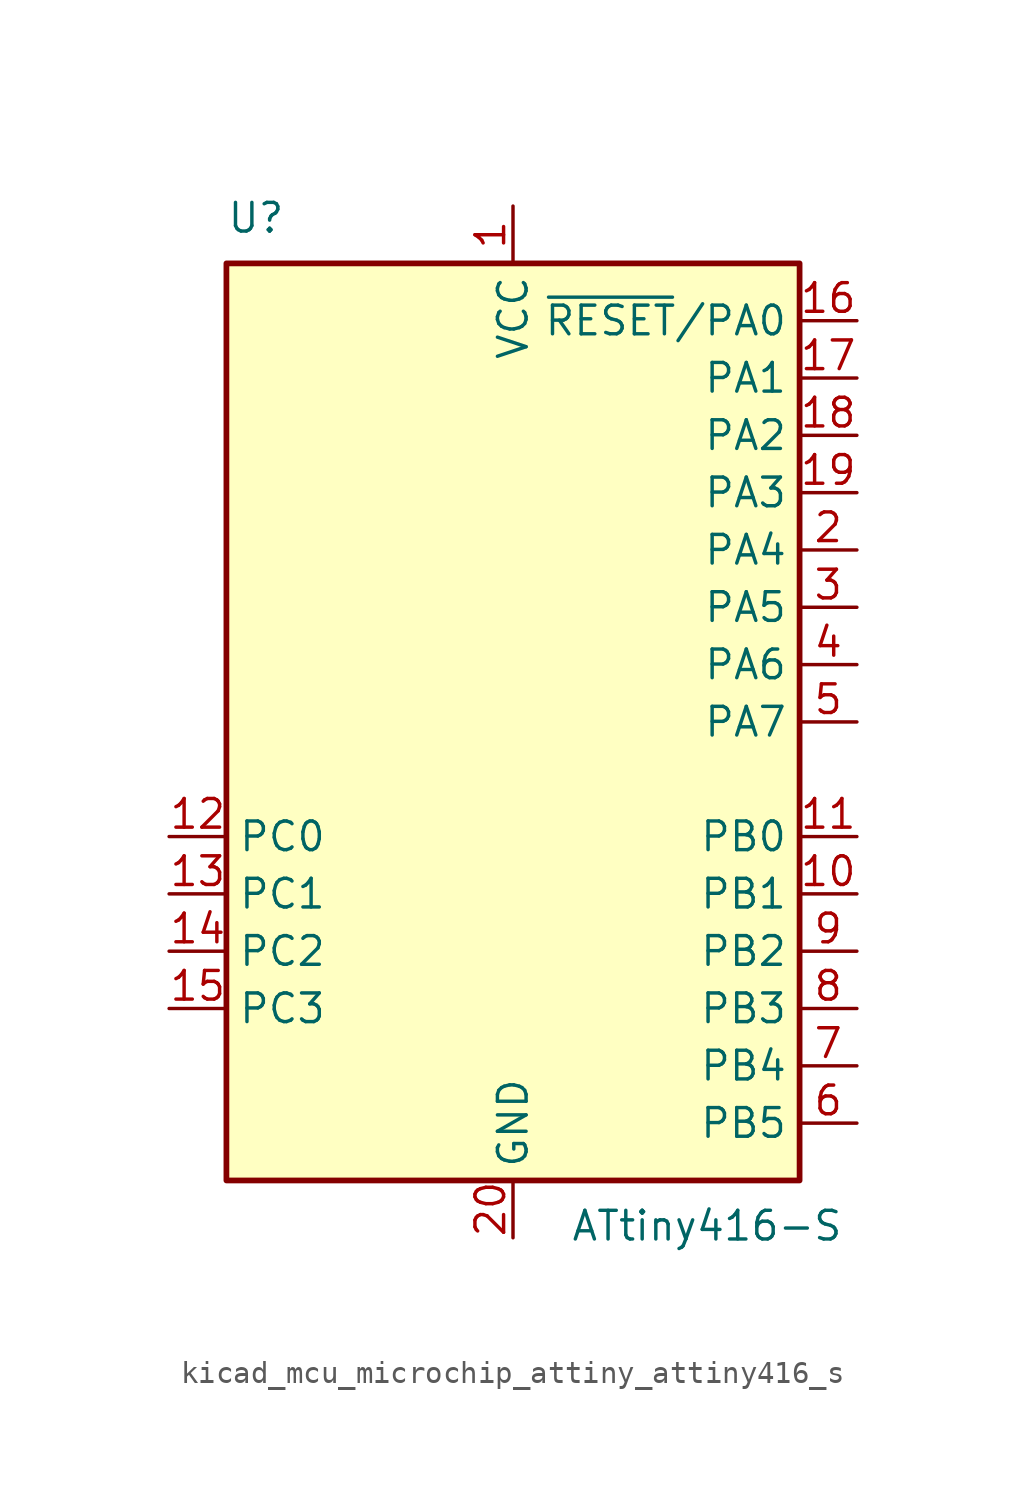
<source format=kicad_sym>
(kicad_symbol_lib
  (version 20220914)
  (generator kicad_symbol_editor)
  (symbol "kicad_mcu_microchip_attiny_attiny416_s"
    (property "Reference" "U"
      (at -12.7 21.59 0)
      (effects (font (size 1.27 1.27)) (justify left bottom)))
    (property "Value" "ATtiny416-S"
      (at 2.54 -21.59 0)
      (effects (font (size 1.27 1.27)) (justify left top)))
    (symbol "kicad_mcu_microchip_attiny_attiny416_s_0_1"
      (rectangle (start -12.7 -20.32) (end 12.7 20.32) (stroke (width 0.254) (type default)) (fill (type background))))
    (symbol "kicad_mcu_microchip_attiny_attiny416_s_1_1"
      (pin power_in line (at 0 22.86 270) (length 2.54) (name "VCC" (effects (font (size 1.27 1.27)))) (number "1" (effects (font (size 1.27 1.27)))))
      (pin bidirectional line (at 15.24 -7.62 180) (length 2.54) (name "PB1" (effects (font (size 1.27 1.27)))) (number "10" (effects (font (size 1.27 1.27)))))
      (pin bidirectional line (at 15.24 -5.08 180) (length 2.54) (name "PB0" (effects (font (size 1.27 1.27)))) (number "11" (effects (font (size 1.27 1.27)))))
      (pin bidirectional line (at -15.24 -5.08 0) (length 2.54) (name "PC0" (effects (font (size 1.27 1.27)))) (number "12" (effects (font (size 1.27 1.27)))))
      (pin bidirectional line (at -15.24 -7.62 0) (length 2.54) (name "PC1" (effects (font (size 1.27 1.27)))) (number "13" (effects (font (size 1.27 1.27)))))
      (pin bidirectional line (at -15.24 -10.16 0) (length 2.54) (name "PC2" (effects (font (size 1.27 1.27)))) (number "14" (effects (font (size 1.27 1.27)))))
      (pin bidirectional line (at -15.24 -12.7 0) (length 2.54) (name "PC3" (effects (font (size 1.27 1.27)))) (number "15" (effects (font (size 1.27 1.27)))))
      (pin bidirectional line (at 15.24 17.78 180) (length 2.54) (name "~{RESET}/PA0" (effects (font (size 1.27 1.27)))) (number "16" (effects (font (size 1.27 1.27)))))
      (pin bidirectional line (at 15.24 15.24 180) (length 2.54) (name "PA1" (effects (font (size 1.27 1.27)))) (number "17" (effects (font (size 1.27 1.27)))))
      (pin bidirectional line (at 15.24 12.7 180) (length 2.54) (name "PA2" (effects (font (size 1.27 1.27)))) (number "18" (effects (font (size 1.27 1.27)))))
      (pin bidirectional line (at 15.24 10.16 180) (length 2.54) (name "PA3" (effects (font (size 1.27 1.27)))) (number "19" (effects (font (size 1.27 1.27)))))
      (pin bidirectional line (at 15.24 7.62 180) (length 2.54) (name "PA4" (effects (font (size 1.27 1.27)))) (number "2" (effects (font (size 1.27 1.27)))))
      (pin power_in line (at 0 -22.86 90) (length 2.54) (name "GND" (effects (font (size 1.27 1.27)))) (number "20" (effects (font (size 1.27 1.27)))))
      (pin bidirectional line (at 15.24 5.08 180) (length 2.54) (name "PA5" (effects (font (size 1.27 1.27)))) (number "3" (effects (font (size 1.27 1.27)))))
      (pin bidirectional line (at 15.24 2.54 180) (length 2.54) (name "PA6" (effects (font (size 1.27 1.27)))) (number "4" (effects (font (size 1.27 1.27)))))
      (pin bidirectional line (at 15.24 0 180) (length 2.54) (name "PA7" (effects (font (size 1.27 1.27)))) (number "5" (effects (font (size 1.27 1.27)))))
      (pin bidirectional line (at 15.24 -17.78 180) (length 2.54) (name "PB5" (effects (font (size 1.27 1.27)))) (number "6" (effects (font (size 1.27 1.27)))))
      (pin bidirectional line (at 15.24 -15.24 180) (length 2.54) (name "PB4" (effects (font (size 1.27 1.27)))) (number "7" (effects (font (size 1.27 1.27)))))
      (pin bidirectional line (at 15.24 -12.7 180) (length 2.54) (name "PB3" (effects (font (size 1.27 1.27)))) (number "8" (effects (font (size 1.27 1.27)))))
      (pin bidirectional line (at 15.24 -10.16 180) (length 2.54) (name "PB2" (effects (font (size 1.27 1.27)))) (number "9" (effects (font (size 1.27 1.27))))))))
</source>
